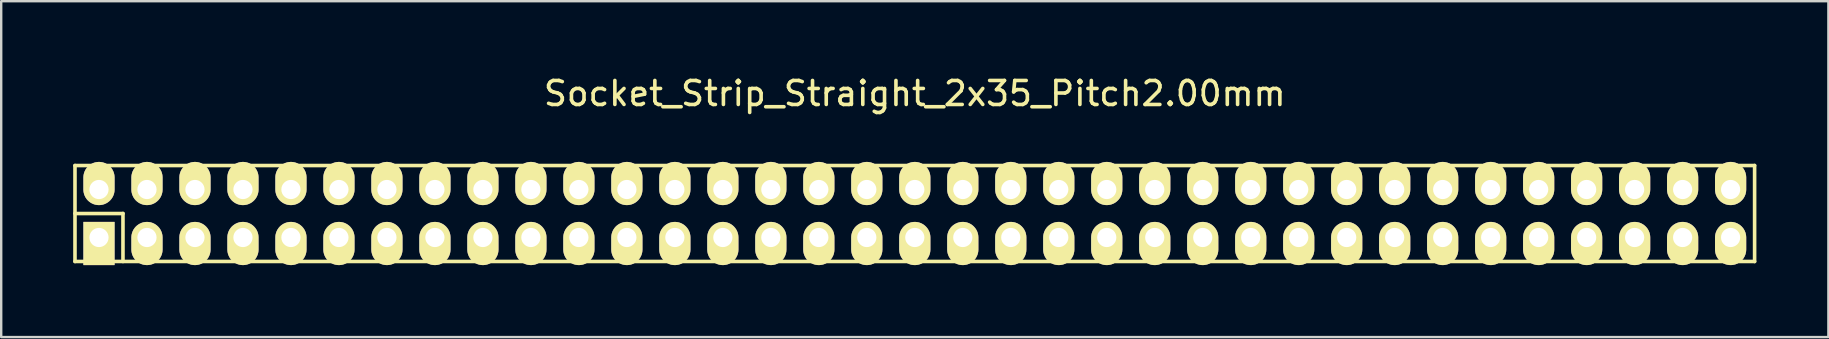
<source format=kicad_pcb>
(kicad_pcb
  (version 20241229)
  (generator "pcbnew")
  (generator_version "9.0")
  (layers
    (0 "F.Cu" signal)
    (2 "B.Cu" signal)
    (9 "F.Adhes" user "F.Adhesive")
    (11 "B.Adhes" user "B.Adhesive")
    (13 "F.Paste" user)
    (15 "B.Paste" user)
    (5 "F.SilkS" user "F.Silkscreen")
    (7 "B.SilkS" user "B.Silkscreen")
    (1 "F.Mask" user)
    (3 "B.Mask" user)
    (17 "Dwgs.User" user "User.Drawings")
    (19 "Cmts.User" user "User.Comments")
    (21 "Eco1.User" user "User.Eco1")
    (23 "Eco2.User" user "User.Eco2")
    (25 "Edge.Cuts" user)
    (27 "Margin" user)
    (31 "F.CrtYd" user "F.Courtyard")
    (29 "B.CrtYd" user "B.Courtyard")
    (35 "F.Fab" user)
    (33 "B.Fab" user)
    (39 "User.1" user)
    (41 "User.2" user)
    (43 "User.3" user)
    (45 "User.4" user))
  (footprint "Socket_Strip_Straight_2x35_Pitch2.00mm"
    (layer "F.Cu")
    (at 35.075 5.848)
    (property "Reference" "Socket_Strip_Straight_2x35_Pitch2.00mm" (at 0 -5 0) (layer "F.SilkS") (effects (font (size 1 1) (thickness 0.15))))
    (attr through_hole)
    (fp_line (start -35 -2) (end 35 -2) (stroke (width 0.15) (type solid)) (layer "F.SilkS"))
    (fp_line (start -35 0) (end -33 0) (stroke (width 0.15) (type solid)) (layer "F.SilkS"))
    (fp_line (start -35 2) (end -35 -2) (stroke (width 0.15) (type solid)) (layer "F.SilkS"))
    (fp_line (start -33 0) (end -33 2) (stroke (width 0.15) (type solid)) (layer "F.SilkS"))
    (fp_line (start 35 -2) (end 35 2) (stroke (width 0.15) (type solid)) (layer "F.SilkS"))
    (fp_line (start 35 2) (end -35 2) (stroke (width 0.15) (type solid)) (layer "F.SilkS"))
    (pad "1" thru_hole rect (at -34 1) (size 1.3 1.8) (drill 0.8 (offset 0 0.25)) (layers "*.Cu" "*.Mask" "F.SilkS"))
    (pad "2" thru_hole oval (at -34 -1) (size 1.3 1.8) (drill 0.8 (offset 0 -0.25)) (layers "*.Cu" "*.Mask" "F.SilkS"))
    (pad "3" thru_hole oval (at -32 1) (size 1.3 1.8) (drill 0.8 (offset 0 0.25)) (layers "*.Cu" "*.Mask" "F.SilkS"))
    (pad "4" thru_hole oval (at -32 -1) (size 1.3 1.8) (drill 0.8 (offset 0 -0.25)) (layers "*.Cu" "*.Mask" "F.SilkS"))
    (pad "5" thru_hole oval (at -30 1) (size 1.3 1.8) (drill 0.8 (offset 0 0.25)) (layers "*.Cu" "*.Mask" "F.SilkS"))
    (pad "6" thru_hole oval (at -30 -1) (size 1.3 1.8) (drill 0.8 (offset 0 -0.25)) (layers "*.Cu" "*.Mask" "F.SilkS"))
    (pad "7" thru_hole oval (at -28 1) (size 1.3 1.8) (drill 0.8 (offset 0 0.25)) (layers "*.Cu" "*.Mask" "F.SilkS"))
    (pad "8" thru_hole oval (at -28 -1) (size 1.3 1.8) (drill 0.8 (offset 0 -0.25)) (layers "*.Cu" "*.Mask" "F.SilkS"))
    (pad "9" thru_hole oval (at -26 1) (size 1.3 1.8) (drill 0.8 (offset 0 0.25)) (layers "*.Cu" "*.Mask" "F.SilkS"))
    (pad "10" thru_hole oval (at -26 -1) (size 1.3 1.8) (drill 0.8 (offset 0 -0.25)) (layers "*.Cu" "*.Mask" "F.SilkS"))
    (pad "11" thru_hole oval (at -24 1) (size 1.3 1.8) (drill 0.8 (offset 0 0.25)) (layers "*.Cu" "*.Mask" "F.SilkS"))
    (pad "12" thru_hole oval (at -24 -1) (size 1.3 1.8) (drill 0.8 (offset 0 -0.25)) (layers "*.Cu" "*.Mask" "F.SilkS"))
    (pad "13" thru_hole oval (at -22 1) (size 1.3 1.8) (drill 0.8 (offset 0 0.25)) (layers "*.Cu" "*.Mask" "F.SilkS"))
    (pad "14" thru_hole oval (at -22 -1) (size 1.3 1.8) (drill 0.8 (offset 0 -0.25)) (layers "*.Cu" "*.Mask" "F.SilkS"))
    (pad "15" thru_hole oval (at -20 1) (size 1.3 1.8) (drill 0.8 (offset 0 0.25)) (layers "*.Cu" "*.Mask" "F.SilkS"))
    (pad "16" thru_hole oval (at -20 -1) (size 1.3 1.8) (drill 0.8 (offset 0 -0.25)) (layers "*.Cu" "*.Mask" "F.SilkS"))
    (pad "17" thru_hole oval (at -18 1) (size 1.3 1.8) (drill 0.8 (offset 0 0.25)) (layers "*.Cu" "*.Mask" "F.SilkS"))
    (pad "18" thru_hole oval (at -18 -1) (size 1.3 1.8) (drill 0.8 (offset 0 -0.25)) (layers "*.Cu" "*.Mask" "F.SilkS"))
    (pad "19" thru_hole oval (at -16 1) (size 1.3 1.8) (drill 0.8 (offset 0 0.25)) (layers "*.Cu" "*.Mask" "F.SilkS"))
    (pad "20" thru_hole oval (at -16 -1) (size 1.3 1.8) (drill 0.8 (offset 0 -0.25)) (layers "*.Cu" "*.Mask" "F.SilkS"))
    (pad "21" thru_hole oval (at -14 1) (size 1.3 1.8) (drill 0.8 (offset 0 0.25)) (layers "*.Cu" "*.Mask" "F.SilkS"))
    (pad "22" thru_hole oval (at -14 -1) (size 1.3 1.8) (drill 0.8 (offset 0 -0.25)) (layers "*.Cu" "*.Mask" "F.SilkS"))
    (pad "23" thru_hole oval (at -12 1) (size 1.3 1.8) (drill 0.8 (offset 0 0.25)) (layers "*.Cu" "*.Mask" "F.SilkS"))
    (pad "24" thru_hole oval (at -12 -1) (size 1.3 1.8) (drill 0.8 (offset 0 -0.25)) (layers "*.Cu" "*.Mask" "F.SilkS"))
    (pad "25" thru_hole oval (at -10 1) (size 1.3 1.8) (drill 0.8 (offset 0 0.25)) (layers "*.Cu" "*.Mask" "F.SilkS"))
    (pad "26" thru_hole oval (at -10 -1) (size 1.3 1.8) (drill 0.8 (offset 0 -0.25)) (layers "*.Cu" "*.Mask" "F.SilkS"))
    (pad "27" thru_hole oval (at -8 1) (size 1.3 1.8) (drill 0.8 (offset 0 0.25)) (layers "*.Cu" "*.Mask" "F.SilkS"))
    (pad "28" thru_hole oval (at -8 -1) (size 1.3 1.8) (drill 0.8 (offset 0 -0.25)) (layers "*.Cu" "*.Mask" "F.SilkS"))
    (pad "29" thru_hole oval (at -6 1) (size 1.3 1.8) (drill 0.8 (offset 0 0.25)) (layers "*.Cu" "*.Mask" "F.SilkS"))
    (pad "30" thru_hole oval (at -6 -1) (size 1.3 1.8) (drill 0.8 (offset 0 -0.25)) (layers "*.Cu" "*.Mask" "F.SilkS"))
    (pad "31" thru_hole oval (at -4 1) (size 1.3 1.8) (drill 0.8 (offset 0 0.25)) (layers "*.Cu" "*.Mask" "F.SilkS"))
    (pad "32" thru_hole oval (at -4 -1) (size 1.3 1.8) (drill 0.8 (offset 0 -0.25)) (layers "*.Cu" "*.Mask" "F.SilkS"))
    (pad "33" thru_hole oval (at -2 1) (size 1.3 1.8) (drill 0.8 (offset 0 0.25)) (layers "*.Cu" "*.Mask" "F.SilkS"))
    (pad "34" thru_hole oval (at -2 -1) (size 1.3 1.8) (drill 0.8 (offset 0 -0.25)) (layers "*.Cu" "*.Mask" "F.SilkS"))
    (pad "35" thru_hole oval (at 0 1) (size 1.3 1.8) (drill 0.8 (offset 0 0.25)) (layers "*.Cu" "*.Mask" "F.SilkS"))
    (pad "36" thru_hole oval (at 0 -1) (size 1.3 1.8) (drill 0.8 (offset 0 -0.25)) (layers "*.Cu" "*.Mask" "F.SilkS"))
    (pad "37" thru_hole oval (at 2 1) (size 1.3 1.8) (drill 0.8 (offset 0 0.25)) (layers "*.Cu" "*.Mask" "F.SilkS"))
    (pad "38" thru_hole oval (at 2 -1) (size 1.3 1.8) (drill 0.8 (offset 0 -0.25)) (layers "*.Cu" "*.Mask" "F.SilkS"))
    (pad "39" thru_hole oval (at 4 1) (size 1.3 1.8) (drill 0.8 (offset 0 0.25)) (layers "*.Cu" "*.Mask" "F.SilkS"))
    (pad "40" thru_hole oval (at 4 -1) (size 1.3 1.8) (drill 0.8 (offset 0 -0.25)) (layers "*.Cu" "*.Mask" "F.SilkS"))
    (pad "41" thru_hole oval (at 6 1) (size 1.3 1.8) (drill 0.8 (offset 0 0.25)) (layers "*.Cu" "*.Mask" "F.SilkS"))
    (pad "42" thru_hole oval (at 6 -1) (size 1.3 1.8) (drill 0.8 (offset 0 -0.25)) (layers "*.Cu" "*.Mask" "F.SilkS"))
    (pad "43" thru_hole oval (at 8 1) (size 1.3 1.8) (drill 0.8 (offset 0 0.25)) (layers "*.Cu" "*.Mask" "F.SilkS"))
    (pad "44" thru_hole oval (at 8 -1) (size 1.3 1.8) (drill 0.8 (offset 0 -0.25)) (layers "*.Cu" "*.Mask" "F.SilkS"))
    (pad "45" thru_hole oval (at 10 1) (size 1.3 1.8) (drill 0.8 (offset 0 0.25)) (layers "*.Cu" "*.Mask" "F.SilkS"))
    (pad "46" thru_hole oval (at 10 -1) (size 1.3 1.8) (drill 0.8 (offset 0 -0.25)) (layers "*.Cu" "*.Mask" "F.SilkS"))
    (pad "47" thru_hole oval (at 12 1) (size 1.3 1.8) (drill 0.8 (offset 0 0.25)) (layers "*.Cu" "*.Mask" "F.SilkS"))
    (pad "48" thru_hole oval (at 12 -1) (size 1.3 1.8) (drill 0.8 (offset 0 -0.25)) (layers "*.Cu" "*.Mask" "F.SilkS"))
    (pad "49" thru_hole oval (at 14 1) (size 1.3 1.8) (drill 0.8 (offset 0 0.25)) (layers "*.Cu" "*.Mask" "F.SilkS"))
    (pad "50" thru_hole oval (at 14 -1) (size 1.3 1.8) (drill 0.8 (offset 0 -0.25)) (layers "*.Cu" "*.Mask" "F.SilkS"))
    (pad "51" thru_hole oval (at 16 1) (size 1.3 1.8) (drill 0.8 (offset 0 0.25)) (layers "*.Cu" "*.Mask" "F.SilkS"))
    (pad "52" thru_hole oval (at 16 -1) (size 1.3 1.8) (drill 0.8 (offset 0 -0.25)) (layers "*.Cu" "*.Mask" "F.SilkS"))
    (pad "53" thru_hole oval (at 18 1) (size 1.3 1.8) (drill 0.8 (offset 0 0.25)) (layers "*.Cu" "*.Mask" "F.SilkS"))
    (pad "54" thru_hole oval (at 18 -1) (size 1.3 1.8) (drill 0.8 (offset 0 -0.25)) (layers "*.Cu" "*.Mask" "F.SilkS"))
    (pad "55" thru_hole oval (at 20 1) (size 1.3 1.8) (drill 0.8 (offset 0 0.25)) (layers "*.Cu" "*.Mask" "F.SilkS"))
    (pad "56" thru_hole oval (at 20 -1) (size 1.3 1.8) (drill 0.8 (offset 0 -0.25)) (layers "*.Cu" "*.Mask" "F.SilkS"))
    (pad "57" thru_hole oval (at 22 1) (size 1.3 1.8) (drill 0.8 (offset 0 0.25)) (layers "*.Cu" "*.Mask" "F.SilkS"))
    (pad "58" thru_hole oval (at 22 -1) (size 1.3 1.8) (drill 0.8 (offset 0 -0.25)) (layers "*.Cu" "*.Mask" "F.SilkS"))
    (pad "59" thru_hole oval (at 24 1) (size 1.3 1.8) (drill 0.8 (offset 0 0.25)) (layers "*.Cu" "*.Mask" "F.SilkS"))
    (pad "60" thru_hole oval (at 24 -1) (size 1.3 1.8) (drill 0.8 (offset 0 -0.25)) (layers "*.Cu" "*.Mask" "F.SilkS"))
    (pad "61" thru_hole oval (at 26 1) (size 1.3 1.8) (drill 0.8 (offset 0 0.25)) (layers "*.Cu" "*.Mask" "F.SilkS"))
    (pad "62" thru_hole oval (at 26 -1) (size 1.3 1.8) (drill 0.8 (offset 0 -0.25)) (layers "*.Cu" "*.Mask" "F.SilkS"))
    (pad "63" thru_hole oval (at 28 1) (size 1.3 1.8) (drill 0.8 (offset 0 0.25)) (layers "*.Cu" "*.Mask" "F.SilkS"))
    (pad "64" thru_hole oval (at 28 -1) (size 1.3 1.8) (drill 0.8 (offset 0 -0.25)) (layers "*.Cu" "*.Mask" "F.SilkS"))
    (pad "65" thru_hole oval (at 30 1) (size 1.3 1.8) (drill 0.8 (offset 0 0.25)) (layers "*.Cu" "*.Mask" "F.SilkS"))
    (pad "66" thru_hole oval (at 30 -1) (size 1.3 1.8) (drill 0.8 (offset 0 -0.25)) (layers "*.Cu" "*.Mask" "F.SilkS"))
    (pad "67" thru_hole oval (at 32 1) (size 1.3 1.8) (drill 0.8 (offset 0 0.25)) (layers "*.Cu" "*.Mask" "F.SilkS"))
    (pad "68" thru_hole oval (at 32 -1) (size 1.3 1.8) (drill 0.8 (offset 0 -0.25)) (layers "*.Cu" "*.Mask" "F.SilkS"))
    (pad "69" thru_hole oval (at 34 1) (size 1.3 1.8) (drill 0.8 (offset 0 0.25)) (layers "*.Cu" "*.Mask" "F.SilkS"))
    (pad "70" thru_hole oval (at 34 -1) (size 1.3 1.8) (drill 0.8 (offset 0 -0.25)) (layers "*.Cu" "*.Mask" "F.SilkS")))
  (gr_rect
    (start -3 -3)
    (end 73.15 10.998)
    (stroke (width 0.1) (type default))
    (fill no)
    (layer "Edge.Cuts")))
</source>
